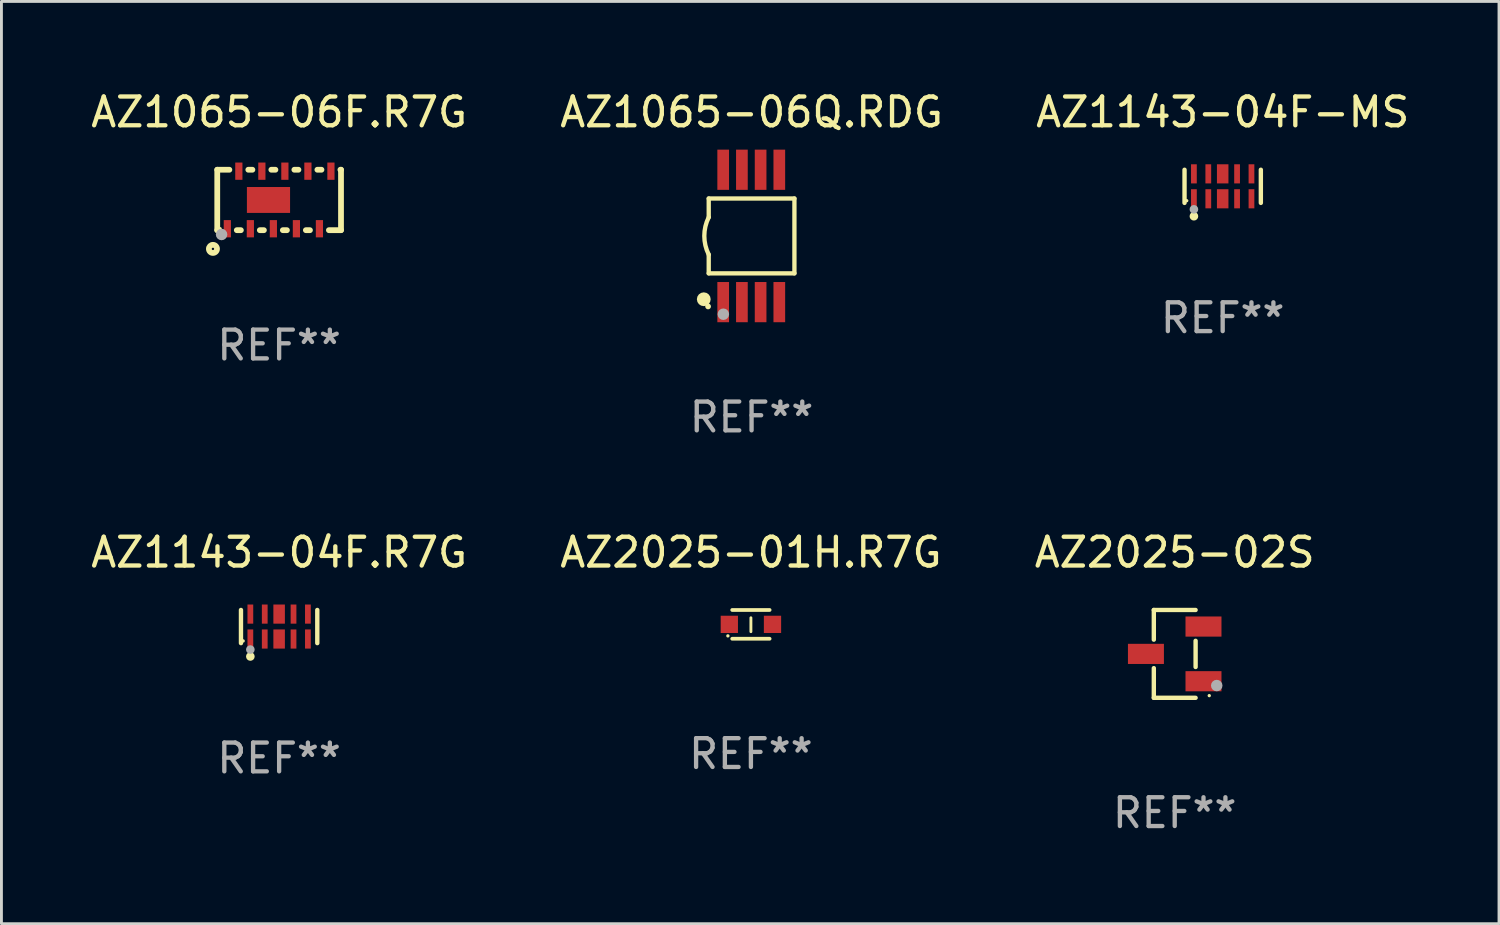
<source format=kicad_pcb>
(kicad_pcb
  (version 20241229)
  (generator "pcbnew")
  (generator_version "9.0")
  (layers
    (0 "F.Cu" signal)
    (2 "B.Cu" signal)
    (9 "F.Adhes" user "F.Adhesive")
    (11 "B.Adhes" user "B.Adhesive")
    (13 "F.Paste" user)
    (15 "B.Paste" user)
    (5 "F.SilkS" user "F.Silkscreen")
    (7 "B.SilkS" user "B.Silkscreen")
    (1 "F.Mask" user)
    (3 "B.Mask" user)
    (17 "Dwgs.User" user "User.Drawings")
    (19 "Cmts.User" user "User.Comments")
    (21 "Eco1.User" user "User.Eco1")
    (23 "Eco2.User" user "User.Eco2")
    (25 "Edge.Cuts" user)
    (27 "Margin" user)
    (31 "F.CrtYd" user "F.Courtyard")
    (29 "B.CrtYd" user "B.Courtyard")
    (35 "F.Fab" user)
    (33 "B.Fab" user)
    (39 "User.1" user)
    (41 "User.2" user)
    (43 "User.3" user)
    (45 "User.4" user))
  (footprint "AZ1065-06F.R7G"
    (layer "F.Cu")
    (at 6.649 3.898)
    (property "Reference" "AZ1065-06F.R7G" (at 0 -3.05 0) (layer "F.SilkS") (effects (font (size 1 1) (thickness 0.15))))
    (attr through_hole)
    (fp_line (start -2.15 -1.05) (end -1.729 -1.05) (stroke (width 0.2) (type solid)) (layer "F.SilkS"))
    (fp_line (start -2.15 1.05) (end -2.15 -1.05) (stroke (width 0.2) (type solid)) (layer "F.SilkS"))
    (fp_line (start -2.15 1.05) (end -2.129 1.05) (stroke (width 0.2) (type solid)) (layer "F.SilkS"))
    (fp_line (start -1.471 1.05) (end -1.329 1.05) (stroke (width 0.2) (type solid)) (layer "F.SilkS"))
    (fp_line (start -1.071 -1.05) (end -0.929 -1.05) (stroke (width 0.2) (type solid)) (layer "F.SilkS"))
    (fp_line (start -0.671 1.05) (end -0.529 1.05) (stroke (width 0.2) (type solid)) (layer "F.SilkS"))
    (fp_line (start -0.271 -1.05) (end -0.129 -1.05) (stroke (width 0.2) (type solid)) (layer "F.SilkS"))
    (fp_line (start 0.129 1.05) (end 0.271 1.05) (stroke (width 0.2) (type solid)) (layer "F.SilkS"))
    (fp_line (start 0.529 -1.05) (end 0.671 -1.05) (stroke (width 0.2) (type solid)) (layer "F.SilkS"))
    (fp_line (start 0.929 1.05) (end 1.071 1.05) (stroke (width 0.2) (type solid)) (layer "F.SilkS"))
    (fp_line (start 1.329 -1.05) (end 1.471 -1.05) (stroke (width 0.2) (type solid)) (layer "F.SilkS"))
    (fp_line (start 1.729 1.05) (end 2.15 1.05) (stroke (width 0.2) (type solid)) (layer "F.SilkS"))
    (fp_line (start 2.129 -1.05) (end 2.15 -1.05) (stroke (width 0.2) (type solid)) (layer "F.SilkS"))
    (fp_line (start 2.15 1.05) (end 2.15 -1.05) (stroke (width 0.2) (type solid)) (layer "F.SilkS"))
    (fp_circle (center -2.3 1.7) (end -2.159 1.7) (stroke (width 0.2) (type solid)) (fill no) (layer "F.SilkS"))
    (fp_circle (center -2.05 1) (end -2.02 1) (stroke (width 0.06) (type solid)) (fill no) (layer "F.SilkS"))
    (fp_circle (center -2 1.2) (end -1.9 1.2) (stroke (width 0.2) (type solid)) (fill no) (layer "F.Fab"))
    (fp_text user "REF**" (at 0 5.05 0) (layer "F.Fab") (effects (font (size 1 1) (thickness 0.15))))
    (pad "1" smd rect (at -1.8 1 180) (size 0.25 0.6) (layers "F.Cu" "F.Mask" "F.Paste"))
    (pad "2" smd rect (at -1 1) (size 0.25 0.6) (layers "F.Cu" "F.Mask" "F.Paste"))
    (pad "3" smd rect (at -0.2 1) (size 0.25 0.6) (layers "F.Cu" "F.Mask" "F.Paste"))
    (pad "4" smd rect (at 0.6 1) (size 0.25 0.6) (layers "F.Cu" "F.Mask" "F.Paste"))
    (pad "5" smd rect (at 1.4 1) (size 0.25 0.6) (layers "F.Cu" "F.Mask" "F.Paste"))
    (pad "6" smd rect (at 1.8 -1) (size 0.25 0.6) (layers "F.Cu" "F.Mask" "F.Paste"))
    (pad "7" smd rect (at 1 -1) (size 0.25 0.6) (layers "F.Cu" "F.Mask" "F.Paste"))
    (pad "8" smd rect (at 0.2 -1) (size 0.25 0.6) (layers "F.Cu" "F.Mask" "F.Paste"))
    (pad "9" smd rect (at -0.6 -1) (size 0.25 0.6) (layers "F.Cu" "F.Mask" "F.Paste"))
    (pad "10" smd rect (at -1.4 -1) (size 0.25 0.6) (layers "F.Cu" "F.Mask" "F.Paste"))
    (pad "11" smd rect (at -0.37 0.000127 270) (size 0.9 1.5) (layers "F.Cu" "F.Mask" "F.Paste")))
  (footprint "AZ1143-04F.R7G"
    (layer "F.Cu")
    (at 6.649 18.721)
    (property "Reference" "AZ1143-04F.R7G" (at 0 -2.576 0) (layer "F.SilkS") (effects (font (size 1 1) (thickness 0.15))))
    (attr through_hole)
    (fp_line (start -1.326 0.576) (end -1.326 -0.576) (stroke (width 0.152) (type solid)) (layer "F.SilkS"))
    (fp_line (start 1.326 0.576) (end 1.326 -0.576) (stroke (width 0.152) (type solid)) (layer "F.SilkS"))
    (fp_circle (center -1.25 0.5) (end -1.22 0.5) (stroke (width 0.06) (type solid)) (fill no) (layer "F.SilkS"))
    (fp_circle (center -1 1.04) (end -0.925 1.04) (stroke (width 0.15) (type solid)) (fill no) (layer "F.SilkS"))
    (fp_circle (center -1 0.8) (end -0.925 0.8) (stroke (width 0.15) (type solid)) (fill no) (layer "F.Fab"))
    (fp_text user "REF**" (at 0 4.576 0) (layer "F.Fab") (effects (font (size 1 1) (thickness 0.15))))
    (pad "1" smd rect (at -1 0.433) (size 0.2 0.665) (layers "F.Cu" "F.Mask" "F.Paste"))
    (pad "2" smd rect (at -0.5 0.433) (size 0.2 0.665) (layers "F.Cu" "F.Mask" "F.Paste"))
    (pad "3" smd rect (at 0 0.433) (size 0.4 0.665) (layers "F.Cu" "F.Mask" "F.Paste"))
    (pad "4" smd rect (at 0.5 0.433) (size 0.2 0.665) (layers "F.Cu" "F.Mask" "F.Paste"))
    (pad "5" smd rect (at 1 0.433) (size 0.2 0.665) (layers "F.Cu" "F.Mask" "F.Paste"))
    (pad "6" smd rect (at 1 -0.433) (size 0.2 0.665) (layers "F.Cu" "F.Mask" "F.Paste"))
    (pad "7" smd rect (at 0.5 -0.433) (size 0.2 0.665) (layers "F.Cu" "F.Mask" "F.Paste"))
    (pad "8" smd rect (at 0 -0.433) (size 0.4 0.665) (layers "F.Cu" "F.Mask" "F.Paste"))
    (pad "9" smd rect (at -0.5 -0.433) (size 0.2 0.665) (layers "F.Cu" "F.Mask" "F.Paste"))
    (pad "10" smd rect (at -1 -0.433) (size 0.2 0.665) (layers "F.Cu" "F.Mask" "F.Paste")))
  (footprint "AZ1143-04F-MS"
    (layer "F.Cu")
    (at 39.435 3.424)
    (property "Reference" "AZ1143-04F-MS" (at 0 -2.576 0) (layer "F.SilkS") (effects (font (size 1 1) (thickness 0.15))))
    (attr through_hole)
    (fp_line (start -1.326 0.576) (end -1.326 -0.576) (stroke (width 0.152) (type solid)) (layer "F.SilkS"))
    (fp_line (start 1.326 0.576) (end 1.326 -0.576) (stroke (width 0.152) (type solid)) (layer "F.SilkS"))
    (fp_circle (center -1.25 0.5) (end -1.22 0.5) (stroke (width 0.06) (type solid)) (fill no) (layer "F.SilkS"))
    (fp_circle (center -1 1.04) (end -0.925 1.04) (stroke (width 0.15) (type solid)) (fill no) (layer "F.SilkS"))
    (fp_circle (center -1 0.8) (end -0.925 0.8) (stroke (width 0.15) (type solid)) (fill no) (layer "F.Fab"))
    (fp_text user "REF**" (at 0 4.576 0) (layer "F.Fab") (effects (font (size 1 1) (thickness 0.15))))
    (pad "1" smd rect (at -1 0.433) (size 0.2 0.665) (layers "F.Cu" "F.Mask" "F.Paste"))
    (pad "2" smd rect (at -0.5 0.433) (size 0.2 0.665) (layers "F.Cu" "F.Mask" "F.Paste"))
    (pad "3" smd rect (at 0 0.433) (size 0.4 0.665) (layers "F.Cu" "F.Mask" "F.Paste"))
    (pad "4" smd rect (at 0.5 0.433) (size 0.2 0.665) (layers "F.Cu" "F.Mask" "F.Paste"))
    (pad "5" smd rect (at 1 0.433) (size 0.2 0.665) (layers "F.Cu" "F.Mask" "F.Paste"))
    (pad "6" smd rect (at 1 -0.433) (size 0.2 0.665) (layers "F.Cu" "F.Mask" "F.Paste"))
    (pad "7" smd rect (at 0.5 -0.433) (size 0.2 0.665) (layers "F.Cu" "F.Mask" "F.Paste"))
    (pad "8" smd rect (at 0 -0.433) (size 0.4 0.665) (layers "F.Cu" "F.Mask" "F.Paste"))
    (pad "9" smd rect (at -0.5 -0.433) (size 0.2 0.665) (layers "F.Cu" "F.Mask" "F.Paste"))
    (pad "10" smd rect (at -1 -0.433) (size 0.2 0.665) (layers "F.Cu" "F.Mask" "F.Paste")))
  (footprint "AZ2025-01H.R7G"
    (layer "F.Cu")
    (at 23.042 18.645)
    (property "Reference" "AZ2025-01H.R7G" (at 0 -2.5 0) (layer "F.SilkS") (effects (font (size 1 1) (thickness 0.15))))
    (attr through_hole)
    (fp_line (start -0.65 -0.5) (end 0.65 -0.5) (stroke (width 0.13) (type solid)) (layer "F.SilkS"))
    (fp_line (start -0.65 0.5) (end 0.65 0.5) (stroke (width 0.13) (type solid)) (layer "F.SilkS"))
    (fp_line (start 0 -0.229) (end 0 0.254) (stroke (width 0.1) (type solid)) (layer "F.SilkS"))
    (fp_circle (center -0.8 0.4) (end -0.77 0.4) (stroke (width 0.06) (type solid)) (fill no) (layer "F.SilkS"))
    (fp_text user "REF**" (at 0 4.5 0) (layer "F.Fab") (effects (font (size 1 1) (thickness 0.15))))
    (pad "1" smd rect (at -0.75 0) (size 0.6 0.6) (layers "F.Cu" "F.Mask" "F.Paste"))
    (pad "2" smd rect (at 0.75 0 180) (size 0.6 0.6) (layers "F.Cu" "F.Mask" "F.Paste")))
  (footprint "AZ2025-02S"
    (layer "F.Cu")
    (at 37.768 19.671)
    (property "Reference" "AZ2025-02S" (at 0 -3.526 0) (layer "F.SilkS") (effects (font (size 1 1) (thickness 0.15))))
    (attr through_hole)
    (fp_line (start -0.726 -1.526) (end -0.726 -0.495) (stroke (width 0.152) (type solid)) (layer "F.SilkS"))
    (fp_line (start -0.726 1.526) (end -0.726 0.495) (stroke (width 0.152) (type solid)) (layer "F.SilkS"))
    (fp_line (start 0.726 -1.526) (end -0.726 -1.526) (stroke (width 0.152) (type solid)) (layer "F.SilkS"))
    (fp_line (start 0.726 -0.455) (end 0.726 0.455) (stroke (width 0.152) (type solid)) (layer "F.SilkS"))
    (fp_line (start 0.726 1.526) (end -0.726 1.526) (stroke (width 0.152) (type solid)) (layer "F.SilkS"))
    (fp_circle (center 1.2 1.45) (end 1.23 1.45) (stroke (width 0.06) (type solid)) (fill no) (layer "F.SilkS"))
    (fp_circle (center 1.46 1.1) (end 1.56 1.1) (stroke (width 0.2) (type solid)) (fill no) (layer "F.Fab"))
    (fp_text user "REF**" (at 0 5.526 0) (layer "F.Fab") (effects (font (size 1 1) (thickness 0.15))))
    (pad "1" smd rect (at 1 0.95) (size 1.25 0.7) (layers "F.Cu" "F.Mask" "F.Paste"))
    (pad "2" smd rect (at 1 -0.95) (size 1.25 0.7) (layers "F.Cu" "F.Mask" "F.Paste"))
    (pad "3" smd rect (at -1 0) (size 1.25 0.7) (layers "F.Cu" "F.Mask" "F.Paste")))
  (footprint "AZ1065-06Q.RDG"
    (layer "F.Cu")
    (at 23.065 5.148)
    (property "Reference" "AZ1065-06Q.RDG" (at 0 -4.3 0) (layer "F.SilkS") (effects (font (size 1 1) (thickness 0.15))))
    (attr through_hole)
    (fp_line (start -1.489 -1.3) (end -1.489 -0.648) (stroke (width 0.15) (type solid)) (layer "F.SilkS"))
    (fp_line (start -1.489 0.648) (end -1.489 1.3) (stroke (width 0.15) (type solid)) (layer "F.SilkS"))
    (fp_line (start -1.489 1.3) (end 1.489 1.3) (stroke (width 0.15) (type solid)) (layer "F.SilkS"))
    (fp_line (start 1.489 -1.3) (end -1.489 -1.3) (stroke (width 0.15) (type solid)) (layer "F.SilkS"))
    (fp_line (start 1.489 1.3) (end 1.489 -1.3) (stroke (width 0.15) (type solid)) (layer "F.SilkS"))
    (fp_arc (start -1.489205 0.647702) (mid -1.642107 0) (end -1.489205 -0.647701) (stroke (width 0.150013) (type solid)) (layer "F.SilkS"))
    (fp_circle (center -1.661 2.2) (end -1.541 2.2) (stroke (width 0.24) (type solid)) (fill no) (layer "F.SilkS"))
    (fp_circle (center -1.511 2.45) (end -1.461 2.45) (stroke (width 0.1) (type solid)) (fill no) (layer "F.SilkS"))
    (fp_circle (center -0.981 2.72) (end -0.881 2.72) (stroke (width 0.2) (type solid)) (fill no) (layer "F.Fab"))
    (fp_text user "REF**" (at 0 6.3 0) (layer "F.Fab") (effects (font (size 1 1) (thickness 0.15))))
    (pad "1" smd rect (at -0.986 2.3) (size 0.406 1.397) (layers "F.Cu" "F.Mask" "F.Paste"))
    (pad "2" smd rect (at -0.336 2.3) (size 0.406 1.397) (layers "F.Cu" "F.Mask" "F.Paste"))
    (pad "3" smd rect (at 0.314 2.3) (size 0.406 1.397) (layers "F.Cu" "F.Mask" "F.Paste"))
    (pad "4" smd rect (at 0.964 2.3) (size 0.406 1.397) (layers "F.Cu" "F.Mask" "F.Paste"))
    (pad "5" smd rect (at 0.964 -2.3) (size 0.406 1.397) (layers "F.Cu" "F.Mask" "F.Paste"))
    (pad "6" smd rect (at 0.314 -2.3) (size 0.406 1.397) (layers "F.Cu" "F.Mask" "F.Paste"))
    (pad "7" smd rect (at -0.336 -2.3) (size 0.406 1.397) (layers "F.Cu" "F.Mask" "F.Paste"))
    (pad "8" smd rect (at -0.986 -2.3) (size 0.406 1.397) (layers "F.Cu" "F.Mask" "F.Paste")))
  (gr_rect
    (start -3 -3)
    (end 49.036 29.045)
    (stroke (width 0.1) (type default))
    (fill no)
    (layer "Edge.Cuts")))
</source>
